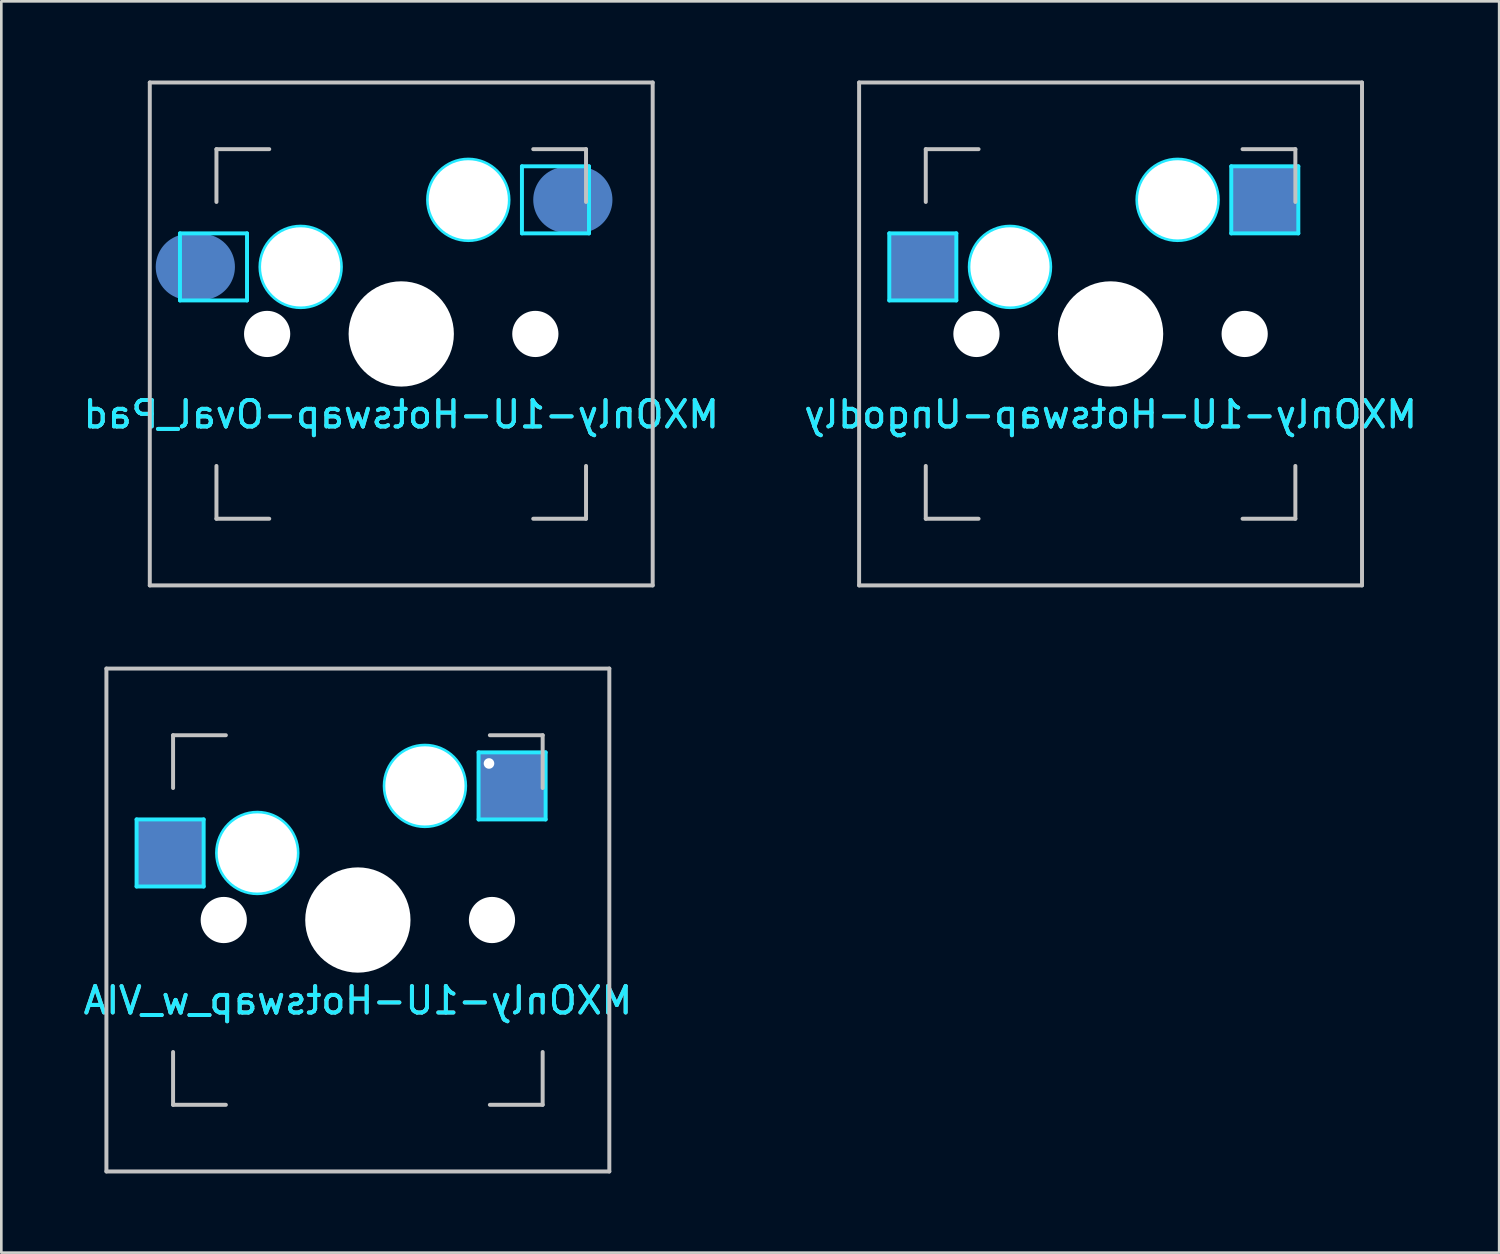
<source format=kicad_pcb>
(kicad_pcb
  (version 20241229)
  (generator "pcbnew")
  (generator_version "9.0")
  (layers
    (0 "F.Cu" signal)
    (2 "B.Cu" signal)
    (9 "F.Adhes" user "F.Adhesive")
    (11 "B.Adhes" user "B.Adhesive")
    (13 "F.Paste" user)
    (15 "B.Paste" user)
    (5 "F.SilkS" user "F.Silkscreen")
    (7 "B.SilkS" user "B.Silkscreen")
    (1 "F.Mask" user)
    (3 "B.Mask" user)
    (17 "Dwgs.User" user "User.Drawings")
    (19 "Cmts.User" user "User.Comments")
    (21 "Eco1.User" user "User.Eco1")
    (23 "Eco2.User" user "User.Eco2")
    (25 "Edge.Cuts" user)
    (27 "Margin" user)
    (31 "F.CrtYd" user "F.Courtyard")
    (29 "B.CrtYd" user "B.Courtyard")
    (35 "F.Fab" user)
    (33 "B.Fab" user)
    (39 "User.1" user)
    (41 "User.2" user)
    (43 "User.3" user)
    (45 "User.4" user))
  (footprint "MXOnly-1U-Hotswap-Oval_Pad"
    (layer "F.Cu")
    (at 12.149 9.6)
    (property "Reference" "MXOnly-1U-Hotswap-Oval_Pad" (at 0 3.048 0) (layer "B.CrtYd") (effects (font (size 1 1) (thickness 0.15)) (justify mirror)))
    (attr smd)
    (fp_line (start -9.525 -9.525) (end 9.525 -9.525) (stroke (width 0.15) (type solid)) (layer "Dwgs.User"))
    (fp_line (start -9.525 9.525) (end -9.525 -9.525) (stroke (width 0.15) (type solid)) (layer "Dwgs.User"))
    (fp_line (start -7 -7) (end -7 -5) (stroke (width 0.15) (type solid)) (layer "Dwgs.User"))
    (fp_line (start -7 5) (end -7 7) (stroke (width 0.15) (type solid)) (layer "Dwgs.User"))
    (fp_line (start -7 7) (end -5 7) (stroke (width 0.15) (type solid)) (layer "Dwgs.User"))
    (fp_line (start -5 -7) (end -7 -7) (stroke (width 0.15) (type solid)) (layer "Dwgs.User"))
    (fp_line (start 5 -7) (end 7 -7) (stroke (width 0.15) (type solid)) (layer "Dwgs.User"))
    (fp_line (start 5 7) (end 7 7) (stroke (width 0.15) (type solid)) (layer "Dwgs.User"))
    (fp_line (start 7 -7) (end 7 -5) (stroke (width 0.15) (type solid)) (layer "Dwgs.User"))
    (fp_line (start 7 7) (end 7 5) (stroke (width 0.15) (type solid)) (layer "Dwgs.User"))
    (fp_line (start 9.525 -9.525) (end 9.525 9.525) (stroke (width 0.15) (type solid)) (layer "Dwgs.User"))
    (fp_line (start 9.525 9.525) (end -9.525 9.525) (stroke (width 0.15) (type solid)) (layer "Dwgs.User"))
    (fp_line (start -8.382 -3.81) (end -8.382 -1.27) (stroke (width 0.15) (type solid)) (layer "B.CrtYd"))
    (fp_line (start -8.382 -1.27) (end -5.842 -1.27) (stroke (width 0.15) (type solid)) (layer "B.CrtYd"))
    (fp_line (start -5.842 -3.81) (end -8.382 -3.81) (stroke (width 0.15) (type solid)) (layer "B.CrtYd"))
    (fp_line (start -5.842 -1.27) (end -5.842 -3.81) (stroke (width 0.15) (type solid)) (layer "B.CrtYd"))
    (fp_line (start 4.572 -6.35) (end 7.112 -6.35) (stroke (width 0.15) (type solid)) (layer "B.CrtYd"))
    (fp_line (start 4.572 -3.81) (end 4.572 -6.35) (stroke (width 0.15) (type solid)) (layer "B.CrtYd"))
    (fp_line (start 7.112 -6.35) (end 7.112 -3.81) (stroke (width 0.15) (type solid)) (layer "B.CrtYd"))
    (fp_line (start 7.112 -3.81) (end 4.572 -3.81) (stroke (width 0.15) (type solid)) (layer "B.CrtYd"))
    (fp_circle (center -3.81 -2.54) (end -3.81 -4.064) (stroke (width 0.15) (type solid)) (fill no) (layer "B.CrtYd"))
    (fp_circle (center 2.54 -5.08) (end 2.54 -6.604) (stroke (width 0.15) (type solid)) (fill no) (layer "B.CrtYd"))
    (fp_text user "${REFERENCE}" (at 0 3.048 0) (layer "B.SilkS") (effects (font (size 1 1) (thickness 0.15)) (justify mirror)))
    (pad "" np_thru_hole circle (at -5.08 0 48.1) (size 1.75 1.75) (drill 1.75) (layers "*.Cu" "*.Mask"))
    (pad "" np_thru_hole circle (at -3.81 -2.54) (size 3 3) (drill 3) (layers "*.Cu" "*.Mask"))
    (pad "" np_thru_hole circle (at 0 0) (size 3.988 3.988) (drill 3.988) (layers "*.Cu" "*.Mask"))
    (pad "" np_thru_hole circle (at 2.54 -5.08) (size 3 3) (drill 3) (layers "*.Cu" "*.Mask"))
    (pad "" np_thru_hole circle (at 5.08 0 48.1) (size 1.75 1.75) (drill 1.75) (layers "*.Cu" "*.Mask"))
    (pad "1" smd oval (at -7.8 -2.54) (size 3 2.5) (layers "B.Cu" "B.Mask" "B.Paste"))
    (pad "2" smd oval (at 6.5 -5.08) (size 3 2.5) (layers "B.Cu" "B.Mask" "B.Paste")))
  (footprint "MXOnly-1U-Hotswap_w_VIA"
    (layer "F.Cu")
    (at 10.506 31.8)
    (property "Reference" "MXOnly-1U-Hotswap_w_VIA" (at 0 3.048 0) (layer "B.CrtYd") (effects (font (size 1 1) (thickness 0.15)) (justify mirror)))
    (attr smd)
    (fp_line (start -9.525 -9.525) (end 9.525 -9.525) (stroke (width 0.15) (type solid)) (layer "Dwgs.User"))
    (fp_line (start -9.525 9.525) (end -9.525 -9.525) (stroke (width 0.15) (type solid)) (layer "Dwgs.User"))
    (fp_line (start -7 -7) (end -7 -5) (stroke (width 0.15) (type solid)) (layer "Dwgs.User"))
    (fp_line (start -7 5) (end -7 7) (stroke (width 0.15) (type solid)) (layer "Dwgs.User"))
    (fp_line (start -7 7) (end -5 7) (stroke (width 0.15) (type solid)) (layer "Dwgs.User"))
    (fp_line (start -5 -7) (end -7 -7) (stroke (width 0.15) (type solid)) (layer "Dwgs.User"))
    (fp_line (start 5 -7) (end 7 -7) (stroke (width 0.15) (type solid)) (layer "Dwgs.User"))
    (fp_line (start 5 7) (end 7 7) (stroke (width 0.15) (type solid)) (layer "Dwgs.User"))
    (fp_line (start 7 -7) (end 7 -5) (stroke (width 0.15) (type solid)) (layer "Dwgs.User"))
    (fp_line (start 7 7) (end 7 5) (stroke (width 0.15) (type solid)) (layer "Dwgs.User"))
    (fp_line (start 9.525 -9.525) (end 9.525 9.525) (stroke (width 0.15) (type solid)) (layer "Dwgs.User"))
    (fp_line (start 9.525 9.525) (end -9.525 9.525) (stroke (width 0.15) (type solid)) (layer "Dwgs.User"))
    (fp_line (start -8.382 -3.81) (end -8.382 -1.27) (stroke (width 0.15) (type solid)) (layer "B.CrtYd"))
    (fp_line (start -8.382 -1.27) (end -5.842 -1.27) (stroke (width 0.15) (type solid)) (layer "B.CrtYd"))
    (fp_line (start -5.842 -3.81) (end -8.382 -3.81) (stroke (width 0.15) (type solid)) (layer "B.CrtYd"))
    (fp_line (start -5.842 -1.27) (end -5.842 -3.81) (stroke (width 0.15) (type solid)) (layer "B.CrtYd"))
    (fp_line (start 4.572 -6.35) (end 7.112 -6.35) (stroke (width 0.15) (type solid)) (layer "B.CrtYd"))
    (fp_line (start 4.572 -3.81) (end 4.572 -6.35) (stroke (width 0.15) (type solid)) (layer "B.CrtYd"))
    (fp_line (start 7.112 -6.35) (end 7.112 -3.81) (stroke (width 0.15) (type solid)) (layer "B.CrtYd"))
    (fp_line (start 7.112 -3.81) (end 4.572 -3.81) (stroke (width 0.15) (type solid)) (layer "B.CrtYd"))
    (fp_circle (center -3.81 -2.54) (end -3.81 -4.064) (stroke (width 0.15) (type solid)) (fill no) (layer "B.CrtYd"))
    (fp_circle (center 2.54 -5.08) (end 2.54 -6.604) (stroke (width 0.15) (type solid)) (fill no) (layer "B.CrtYd"))
    (fp_text user "${REFERENCE}" (at 0 3.048 0) (layer "B.SilkS") (effects (font (size 1 1) (thickness 0.15)) (justify mirror)))
    (pad "" np_thru_hole circle (at -5.08 0 48.1) (size 1.75 1.75) (drill 1.75) (layers "*.Cu" "*.Mask"))
    (pad "" np_thru_hole circle (at -3.81 -2.54) (size 3 3) (drill 3) (layers "*.Cu" "*.Mask"))
    (pad "" np_thru_hole circle (at 0 0) (size 3.988 3.988) (drill 3.988) (layers "*.Cu" "*.Mask"))
    (pad "" np_thru_hole circle (at 2.54 -5.08) (size 3 3) (drill 3) (layers "*.Cu" "*.Mask"))
    (pad "" np_thru_hole circle (at 5.08 0 48.1) (size 1.75 1.75) (drill 1.75) (layers "*.Cu" "*.Mask"))
    (pad "1" smd rect (at -7.085 -2.54) (size 2.55 2.5) (layers "B.Cu" "B.Mask" "B.Paste"))
    (pad "2" thru_hole circle (at 4.967 -5.93) (size 0.8 0.8) (drill 0.4) (layers "*.Cu" "*.Mask"))
    (pad "2" smd rect (at 5.842 -5.08) (size 2.55 2.5) (layers "B.Cu" "B.Mask" "B.Paste")))
  (footprint "MXOnly-1U-Hotswap-Ungodly"
    (layer "F.Cu")
    (at 39.018 9.6)
    (property "Reference" "MXOnly-1U-Hotswap-Ungodly" (at 0 3.048 0) (layer "B.CrtYd") (effects (font (size 1 1) (thickness 0.15)) (justify mirror)))
    (attr smd)
    (fp_line (start -9.525 -9.525) (end 9.525 -9.525) (stroke (width 0.15) (type solid)) (layer "Dwgs.User"))
    (fp_line (start -9.525 9.525) (end -9.525 -9.525) (stroke (width 0.15) (type solid)) (layer "Dwgs.User"))
    (fp_line (start -7 -7) (end -7 -5) (stroke (width 0.15) (type solid)) (layer "Dwgs.User"))
    (fp_line (start -7 5) (end -7 7) (stroke (width 0.15) (type solid)) (layer "Dwgs.User"))
    (fp_line (start -7 7) (end -5 7) (stroke (width 0.15) (type solid)) (layer "Dwgs.User"))
    (fp_line (start -5 -7) (end -7 -7) (stroke (width 0.15) (type solid)) (layer "Dwgs.User"))
    (fp_line (start 5 -7) (end 7 -7) (stroke (width 0.15) (type solid)) (layer "Dwgs.User"))
    (fp_line (start 5 7) (end 7 7) (stroke (width 0.15) (type solid)) (layer "Dwgs.User"))
    (fp_line (start 7 -7) (end 7 -5) (stroke (width 0.15) (type solid)) (layer "Dwgs.User"))
    (fp_line (start 7 7) (end 7 5) (stroke (width 0.15) (type solid)) (layer "Dwgs.User"))
    (fp_line (start 9.525 -9.525) (end 9.525 9.525) (stroke (width 0.15) (type solid)) (layer "Dwgs.User"))
    (fp_line (start 9.525 9.525) (end -9.525 9.525) (stroke (width 0.15) (type solid)) (layer "Dwgs.User"))
    (fp_line (start -8.382 -3.81) (end -8.382 -1.27) (stroke (width 0.15) (type solid)) (layer "B.CrtYd"))
    (fp_line (start -8.382 -1.27) (end -5.842 -1.27) (stroke (width 0.15) (type solid)) (layer "B.CrtYd"))
    (fp_line (start -5.842 -3.81) (end -8.382 -3.81) (stroke (width 0.15) (type solid)) (layer "B.CrtYd"))
    (fp_line (start -5.842 -1.27) (end -5.842 -3.81) (stroke (width 0.15) (type solid)) (layer "B.CrtYd"))
    (fp_line (start 4.572 -6.35) (end 7.112 -6.35) (stroke (width 0.15) (type solid)) (layer "B.CrtYd"))
    (fp_line (start 4.572 -3.81) (end 4.572 -6.35) (stroke (width 0.15) (type solid)) (layer "B.CrtYd"))
    (fp_line (start 7.112 -6.35) (end 7.112 -3.81) (stroke (width 0.15) (type solid)) (layer "B.CrtYd"))
    (fp_line (start 7.112 -3.81) (end 4.572 -3.81) (stroke (width 0.15) (type solid)) (layer "B.CrtYd"))
    (fp_circle (center -3.81 -2.54) (end -3.81 -4.064) (stroke (width 0.15) (type solid)) (fill no) (layer "B.CrtYd"))
    (fp_circle (center 2.54 -5.08) (end 2.54 -6.604) (stroke (width 0.15) (type solid)) (fill no) (layer "B.CrtYd"))
    (fp_text user "${REFERENCE}" (at 0 3.048 0) (layer "B.SilkS") (effects (font (size 1 1) (thickness 0.15)) (justify mirror)))
    (pad "" np_thru_hole circle (at -5.08 0 48.1) (size 1.75 1.75) (drill 1.75) (layers "*.Cu" "*.Mask"))
    (pad "" np_thru_hole circle (at -3.81 -2.54) (size 3 3) (drill 3) (layers "*.Cu" "*.Mask"))
    (pad "" np_thru_hole circle (at 0 0) (size 3.988 3.988) (drill 3.988) (layers "*.Cu" "*.Mask"))
    (pad "" np_thru_hole circle (at 2.54 -5.08) (size 3 3) (drill 3) (layers "*.Cu" "*.Mask"))
    (pad "" np_thru_hole circle (at 5.08 0 48.1) (size 1.75 1.75) (drill 1.75) (layers "*.Cu" "*.Mask"))
    (pad "1" smd rect (at -7.085 -2.54) (size 2.55 2.5) (layers "B.Cu" "B.Mask" "B.Paste"))
    (pad "2" smd rect (at 5.842 -5.08) (size 2.55 2.5) (layers "B.Cu" "B.Mask" "B.Paste")))
  (gr_rect
    (start -3 -3)
    (end 53.738 44.4)
    (stroke (width 0.1) (type default))
    (fill no)
    (layer "Edge.Cuts")))
</source>
